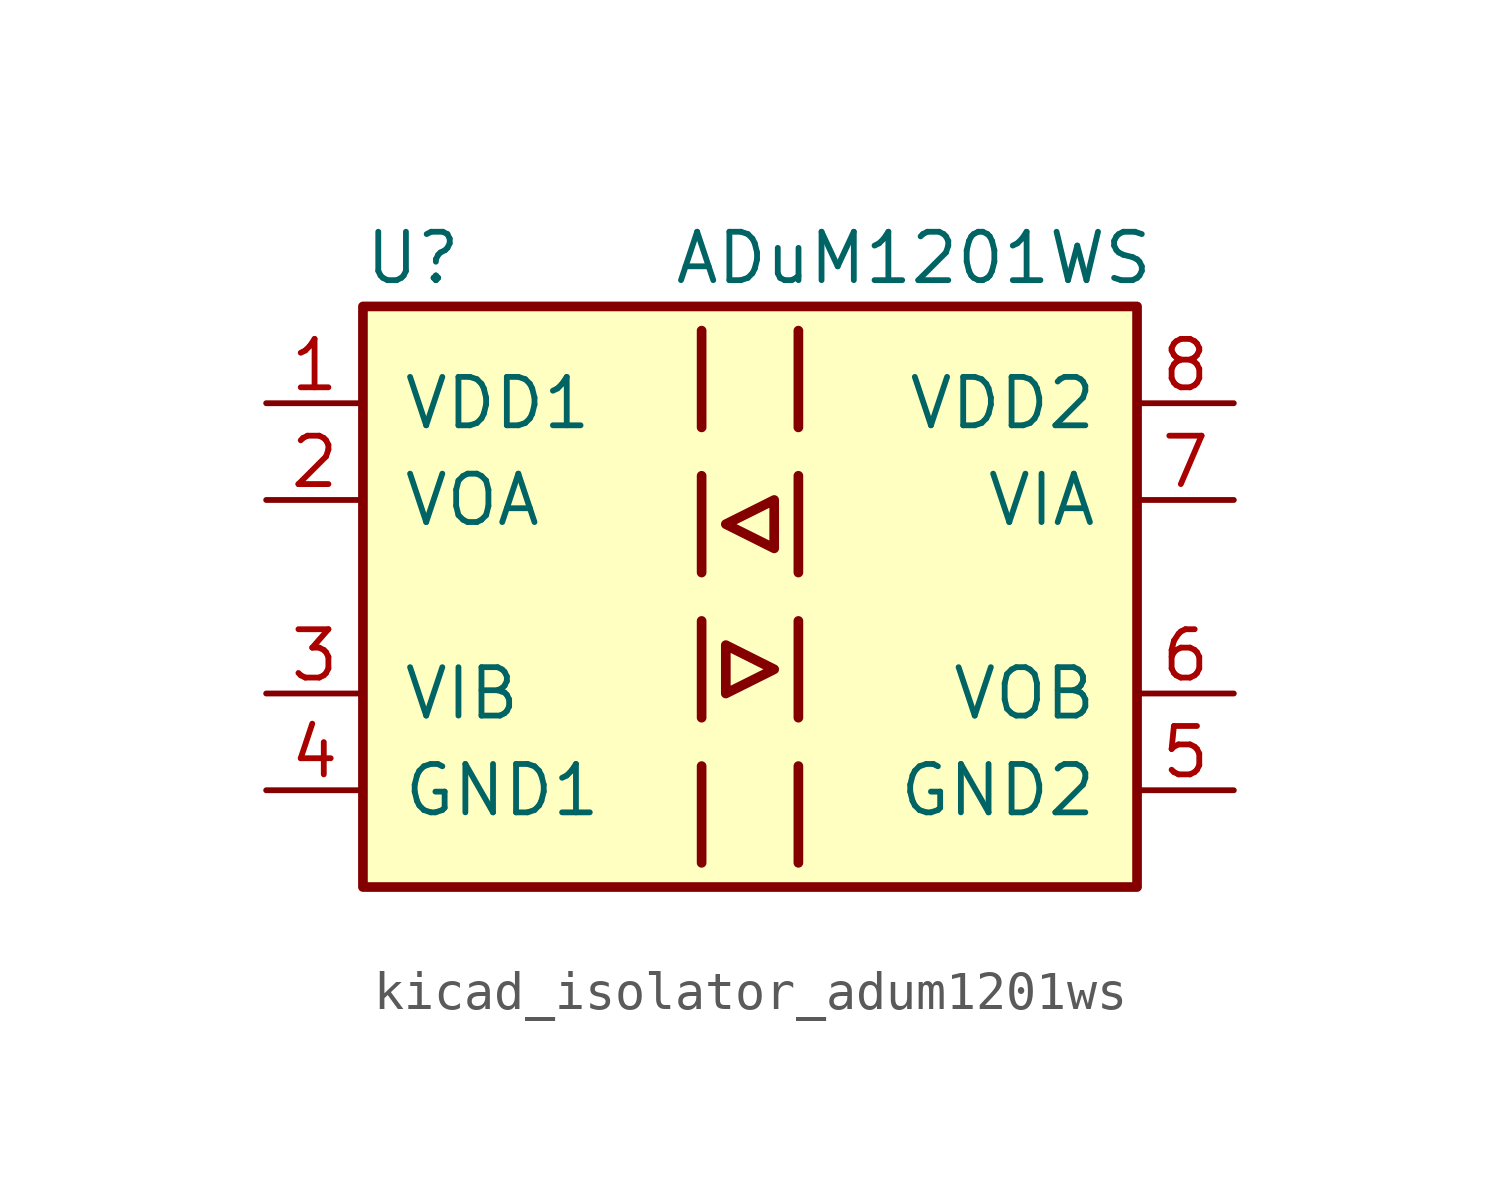
<source format=kicad_sym>
(kicad_symbol_lib
  (version 20220914)
  (generator kicad_symbol_editor)
  (symbol "kicad_isolator_adum1201ws"
    (pin_names
      (offset 1.016))
    (property "Reference" "U"
      (at -10.16 8.89 0)
      (effects (font (size 1.27 1.27)) (justify left)))
    (property "Value" "ADuM1201WS"
      (at -2.032 8.89 0)
      (effects (font (size 1.27 1.27)) (justify left)))
    (symbol "kicad_isolator_adum1201ws_0_1"
      (rectangle (start -10.16 7.62) (end 10.16 -7.62) (stroke (width 0.254) (type default)) (fill (type background)))
      (polyline (pts (xy -1.27 -4.445) (xy -1.27 -6.985)) (stroke (width 0.254) (type default)) (fill (type none)))
      (polyline (pts (xy -1.27 -0.635) (xy -1.27 -3.175)) (stroke (width 0.254) (type default)) (fill (type none)))
      (polyline (pts (xy -1.27 3.175) (xy -1.27 0.635)) (stroke (width 0.254) (type default)) (fill (type none)))
      (polyline (pts (xy -1.27 6.985) (xy -1.27 4.445)) (stroke (width 0.254) (type default)) (fill (type none)))
      (polyline (pts (xy 1.27 -4.445) (xy 1.27 -6.985)) (stroke (width 0.254) (type default)) (fill (type none)))
      (polyline (pts (xy 1.27 -0.635) (xy 1.27 -3.175)) (stroke (width 0.254) (type default)) (fill (type none)))
      (polyline (pts (xy 1.27 3.175) (xy 1.27 0.635)) (stroke (width 0.254) (type default)) (fill (type none)))
      (polyline (pts (xy 1.27 6.985) (xy 1.27 4.445)) (stroke (width 0.254) (type default)) (fill (type none)))
      (polyline (pts (xy -0.635 -1.27) (xy -0.635 -2.54) (xy 0.635 -1.905) (xy -0.635 -1.27)) (stroke (width 0.254) (type default)) (fill (type none)))
      (polyline (pts (xy 0.635 2.54) (xy 0.635 1.27) (xy -0.635 1.905) (xy 0.635 2.54)) (stroke (width 0.254) (type default)) (fill (type none))))
    (symbol "kicad_isolator_adum1201ws_1_1"
      (pin power_in line (at -12.7 5.08 0) (length 2.54) (name "VDD1" (effects (font (size 1.27 1.27)))) (number "1" (effects (font (size 1.27 1.27)))))
      (pin output line (at -12.7 2.54 0) (length 2.54) (name "VOA" (effects (font (size 1.27 1.27)))) (number "2" (effects (font (size 1.27 1.27)))))
      (pin input line (at -12.7 -2.54 0) (length 2.54) (name "VIB" (effects (font (size 1.27 1.27)))) (number "3" (effects (font (size 1.27 1.27)))))
      (pin power_in line (at -12.7 -5.08 0) (length 2.54) (name "GND1" (effects (font (size 1.27 1.27)))) (number "4" (effects (font (size 1.27 1.27)))))
      (pin power_in line (at 12.7 -5.08 180) (length 2.54) (name "GND2" (effects (font (size 1.27 1.27)))) (number "5" (effects (font (size 1.27 1.27)))))
      (pin output line (at 12.7 -2.54 180) (length 2.54) (name "VOB" (effects (font (size 1.27 1.27)))) (number "6" (effects (font (size 1.27 1.27)))))
      (pin input line (at 12.7 2.54 180) (length 2.54) (name "VIA" (effects (font (size 1.27 1.27)))) (number "7" (effects (font (size 1.27 1.27)))))
      (pin power_in line (at 12.7 5.08 180) (length 2.54) (name "VDD2" (effects (font (size 1.27 1.27)))) (number "8" (effects (font (size 1.27 1.27))))))))
</source>
